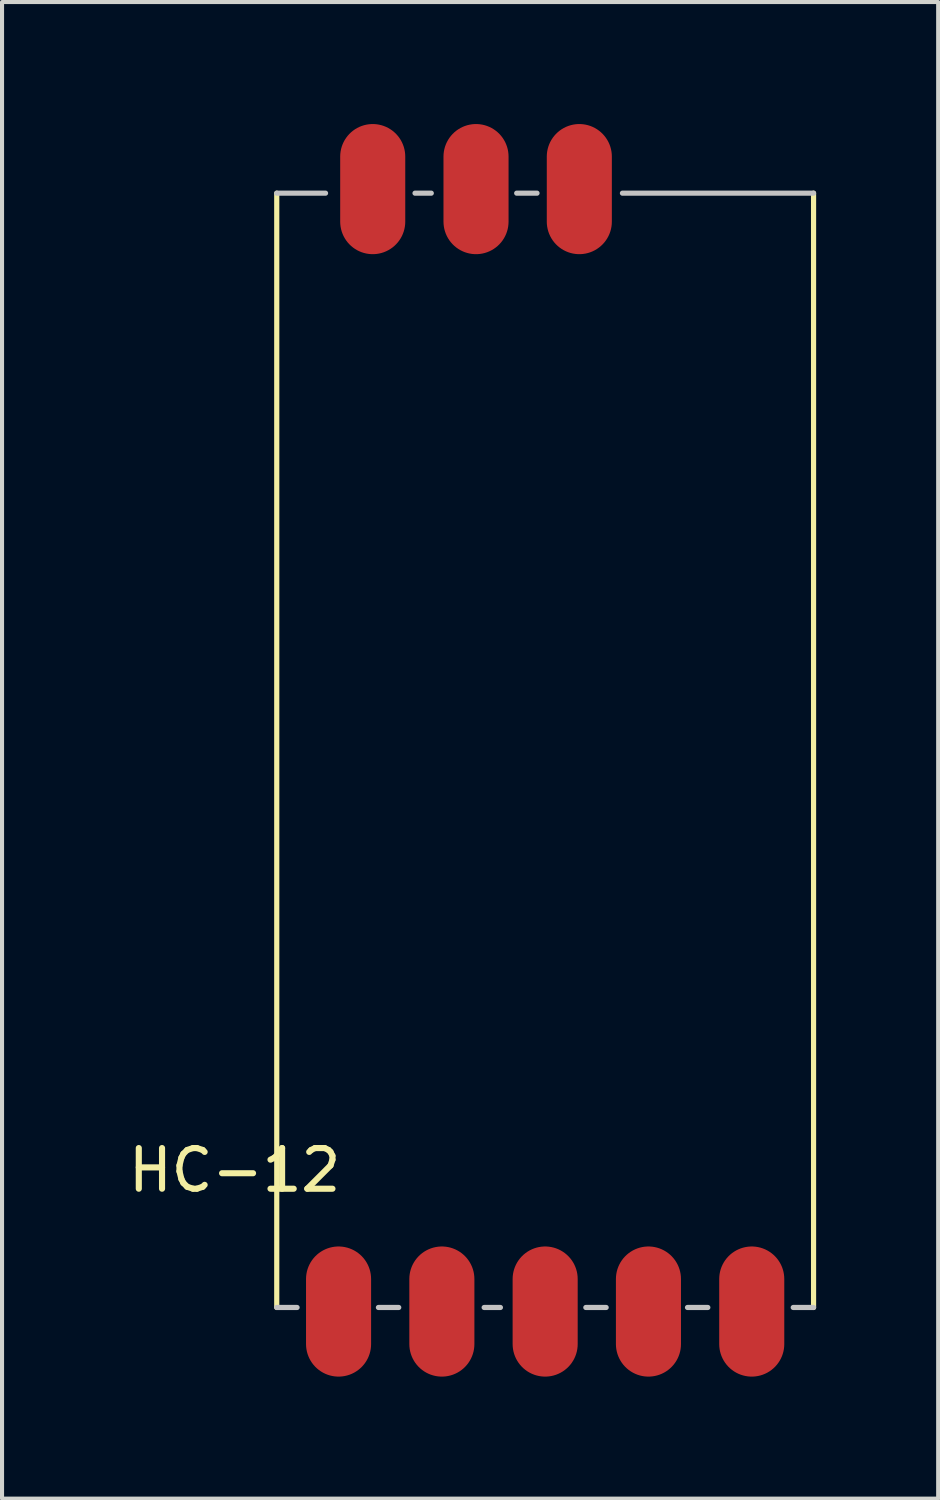
<source format=kicad_pcb>
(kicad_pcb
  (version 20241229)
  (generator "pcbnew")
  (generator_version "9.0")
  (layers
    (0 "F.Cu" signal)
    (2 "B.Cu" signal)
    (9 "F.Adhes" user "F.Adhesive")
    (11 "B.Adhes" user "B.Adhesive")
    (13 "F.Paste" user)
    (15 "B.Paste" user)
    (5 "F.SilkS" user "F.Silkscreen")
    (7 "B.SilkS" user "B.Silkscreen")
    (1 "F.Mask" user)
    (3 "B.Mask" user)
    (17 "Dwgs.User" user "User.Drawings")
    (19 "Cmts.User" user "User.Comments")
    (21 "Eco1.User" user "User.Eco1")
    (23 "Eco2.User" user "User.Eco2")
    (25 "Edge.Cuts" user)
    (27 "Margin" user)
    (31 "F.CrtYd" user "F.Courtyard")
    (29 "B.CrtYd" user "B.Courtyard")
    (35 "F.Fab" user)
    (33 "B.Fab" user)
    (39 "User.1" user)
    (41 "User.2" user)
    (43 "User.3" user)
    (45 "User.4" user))
  (footprint "HC-12"
    (layer "F.Cu")
    (at 10.355 15.4)
    (property "Reference" "HC-12" (at -7.635 10.325 180) (layer "F.SilkS") (effects (font (size 1 1) (thickness 0.15))))
    (attr smd)
    (fp_line (start -6.6 13.7) (end -6.6 -13.7) (stroke (width 0.127) (type solid)) (layer "F.SilkS"))
    (fp_line (start 6.6 -13.7) (end 6.6 13.7) (stroke (width 0.127) (type solid)) (layer "F.SilkS"))
    (fp_line (start -6.6 -13.7) (end -5.4 -13.7) (stroke (width 0.127) (type solid)) (layer "Dwgs.User"))
    (fp_line (start -6.6 13.7) (end -6.1 13.7) (stroke (width 0.127) (type solid)) (layer "Dwgs.User"))
    (fp_line (start -4.1 13.7) (end -3.6 13.7) (stroke (width 0.127) (type solid)) (layer "Dwgs.User"))
    (fp_line (start -3.2 -13.7) (end -2.8 -13.7) (stroke (width 0.127) (type solid)) (layer "Dwgs.User"))
    (fp_line (start -1.5 13.7) (end -1.1 13.7) (stroke (width 0.127) (type solid)) (layer "Dwgs.User"))
    (fp_line (start -0.7 -13.7) (end -0.2 -13.7) (stroke (width 0.127) (type solid)) (layer "Dwgs.User"))
    (fp_line (start 1 13.7) (end 1.5 13.7) (stroke (width 0.127) (type solid)) (layer "Dwgs.User"))
    (fp_line (start 1.9 -13.7) (end 6.6 -13.7) (stroke (width 0.127) (type solid)) (layer "Dwgs.User"))
    (fp_line (start 3.5 13.7) (end 4 13.7) (stroke (width 0.127) (type solid)) (layer "Dwgs.User"))
    (fp_line (start 6.1 13.7) (end 6.6 13.7) (stroke (width 0.127) (type solid)) (layer "Dwgs.User"))
    (pad "1" smd oval (at -5.08 13.8) (size 1.6 3.2) (layers "F.Cu" "F.Mask" "F.Paste"))
    (pad "2" smd oval (at -2.54 13.8) (size 1.6 3.2) (layers "F.Cu" "F.Mask" "F.Paste"))
    (pad "3" smd oval (at 0 13.8) (size 1.6 3.2) (layers "F.Cu" "F.Mask" "F.Paste"))
    (pad "4" smd oval (at 2.54 13.8) (size 1.6 3.2) (layers "F.Cu" "F.Mask" "F.Paste"))
    (pad "5" smd oval (at 5.08 13.8) (size 1.6 3.2) (layers "F.Cu" "F.Mask" "F.Paste"))
    (pad "6" smd oval (at 0.84 -13.8) (size 1.6 3.2) (layers "F.Cu" "F.Mask" "F.Paste"))
    (pad "7" smd oval (at -1.7 -13.8) (size 1.6 3.2) (layers "F.Cu" "F.Mask" "F.Paste"))
    (pad "8" smd oval (at -4.24 -13.8) (size 1.6 3.2) (layers "F.Cu" "F.Mask" "F.Paste")))
  (gr_rect
    (start -3 -3)
    (end 20.019 33.8)
    (stroke (width 0.1) (type default))
    (fill no)
    (layer "Edge.Cuts")))
</source>
